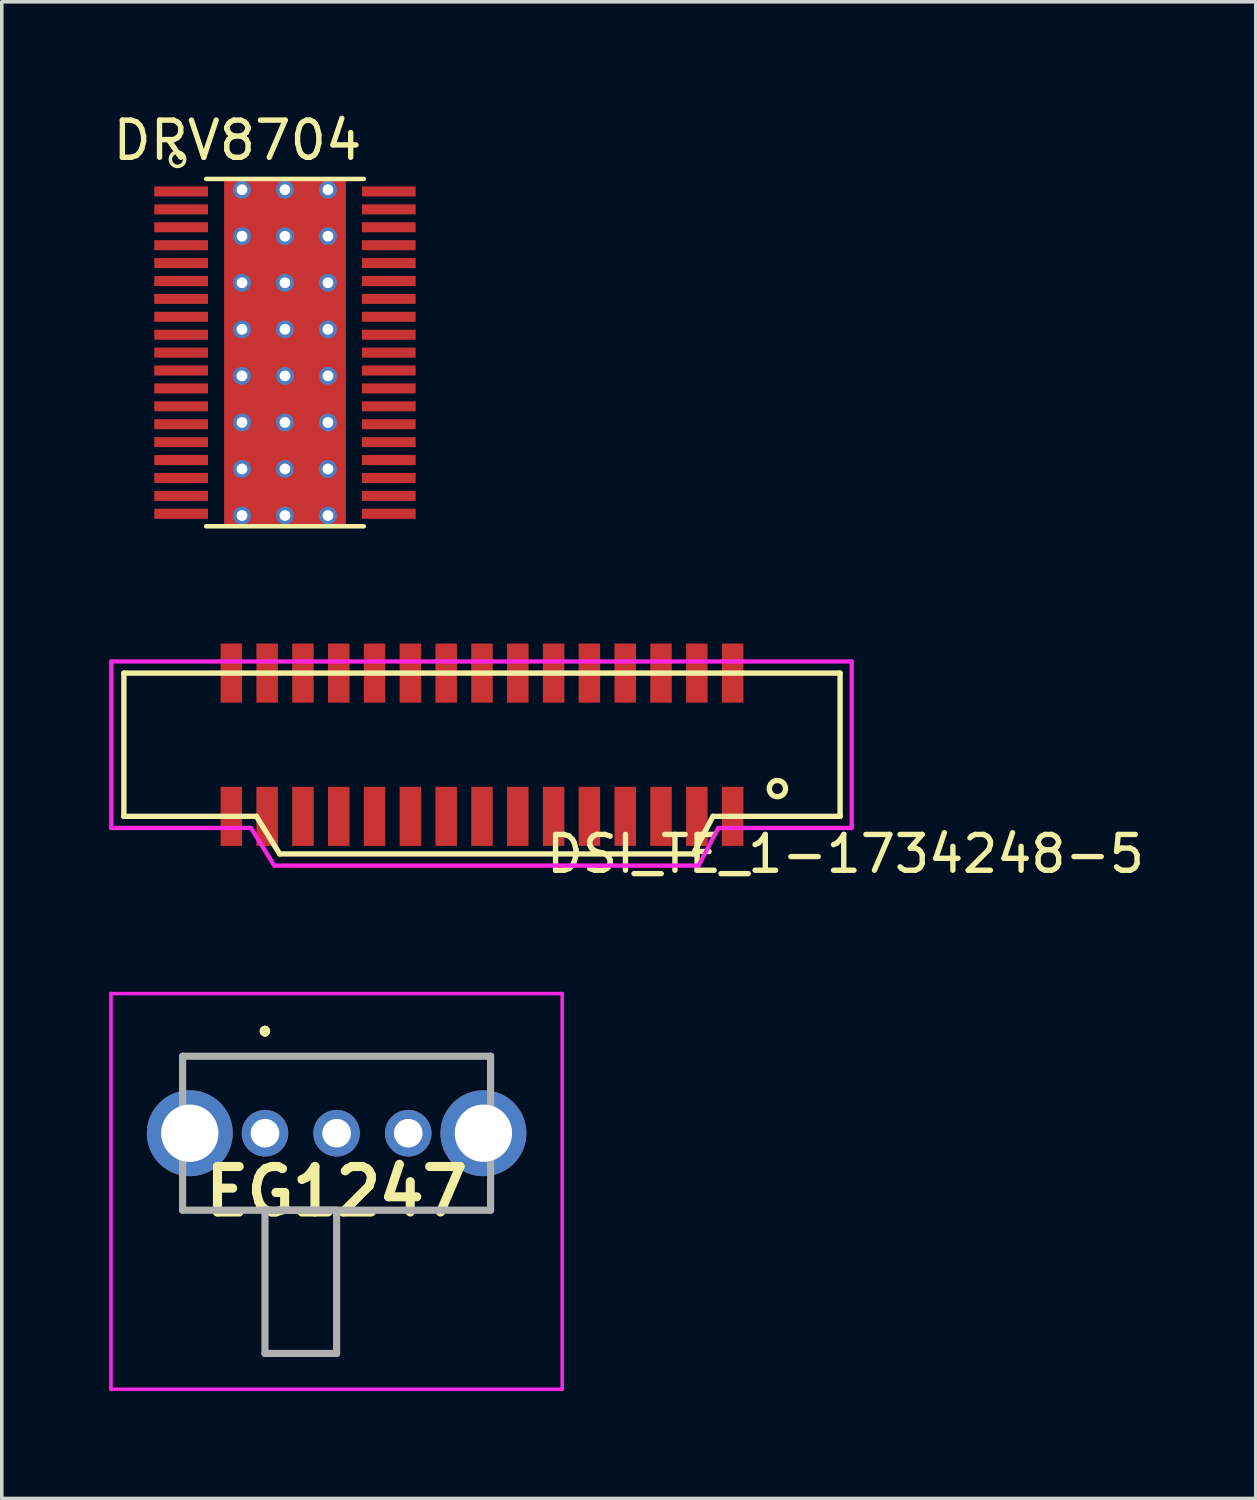
<source format=kicad_pcb>
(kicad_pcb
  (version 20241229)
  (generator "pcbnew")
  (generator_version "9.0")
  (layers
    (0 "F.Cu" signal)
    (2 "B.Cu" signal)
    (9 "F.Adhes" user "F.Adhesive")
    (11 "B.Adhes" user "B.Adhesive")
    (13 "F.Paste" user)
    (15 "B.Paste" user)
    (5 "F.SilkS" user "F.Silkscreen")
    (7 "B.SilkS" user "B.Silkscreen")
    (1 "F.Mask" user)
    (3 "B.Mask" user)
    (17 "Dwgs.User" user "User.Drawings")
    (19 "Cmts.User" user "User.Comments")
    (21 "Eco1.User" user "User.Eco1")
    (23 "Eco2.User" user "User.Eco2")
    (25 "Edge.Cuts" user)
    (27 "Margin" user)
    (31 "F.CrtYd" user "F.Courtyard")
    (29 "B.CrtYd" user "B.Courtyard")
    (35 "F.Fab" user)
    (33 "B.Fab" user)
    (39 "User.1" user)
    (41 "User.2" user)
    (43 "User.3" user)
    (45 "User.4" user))
  (footprint "DSI_TE_1-1734248-5"
    (layer "F.Cu")
    (at 10.41 15.747)
    (property "Reference" "DSI_TE_1-1734248-5" (at 10.15 5.05 0) (layer "F.SilkS") (effects (font (size 1 1) (thickness 0.15))))
    (attr through_hole)
    (fp_line (start -10 0) (end -10 4) (stroke (width 0.15) (type solid)) (layer "F.SilkS"))
    (fp_line (start -10 4) (end -6.3 4) (stroke (width 0.15) (type solid)) (layer "F.SilkS"))
    (fp_line (start -5.65 5.05) (end -6.3 4) (stroke (width 0.15) (type solid)) (layer "F.SilkS"))
    (fp_line (start 5.9 5.05) (end -5.65 5.05) (stroke (width 0.15) (type solid)) (layer "F.SilkS"))
    (fp_line (start 6.45 4) (end 5.9 5.05) (stroke (width 0.15) (type solid)) (layer "F.SilkS"))
    (fp_line (start 6.45 4) (end 10 4) (stroke (width 0.15) (type solid)) (layer "F.SilkS"))
    (fp_line (start 10 0) (end -10 0) (stroke (width 0.15) (type solid)) (layer "F.SilkS"))
    (fp_line (start 10 0) (end 10 4) (stroke (width 0.15) (type solid)) (layer "F.SilkS"))
    (fp_circle (center 8.25 3.225) (end 8.275 3.45) (stroke (width 0.15) (type solid)) (fill no) (layer "F.SilkS"))
    (fp_line (start -10.35 -0.325) (end -10.35 4.325) (stroke (width 0.12) (type solid)) (layer "F.CrtYd"))
    (fp_line (start -10.35 4.325) (end -6.45 4.325) (stroke (width 0.12) (type solid)) (layer "F.CrtYd"))
    (fp_line (start -6.45 4.325) (end -5.8 5.375) (stroke (width 0.12) (type solid)) (layer "F.CrtYd"))
    (fp_line (start -5.8 5.375) (end 6.05 5.375) (stroke (width 0.12) (type solid)) (layer "F.CrtYd"))
    (fp_line (start 6.05 5.375) (end 6.6 4.325) (stroke (width 0.12) (type solid)) (layer "F.CrtYd"))
    (fp_line (start 6.6 4.325) (end 10.325 4.325) (stroke (width 0.12) (type solid)) (layer "F.CrtYd"))
    (fp_line (start 10.325 -0.325) (end -10.35 -0.325) (stroke (width 0.12) (type solid)) (layer "F.CrtYd"))
    (fp_line (start 10.325 4.325) (end 10.325 -0.325) (stroke (width 0.12) (type solid)) (layer "F.CrtYd"))
    (pad "1" smd rect (at 7 0) (size 0.6 1.65) (layers "F.Cu" "F.Mask" "F.Paste"))
    (pad "1" smd rect (at 7 4) (size 0.6 1.65) (layers "F.Cu" "F.Mask" "F.Paste"))
    (pad "2" smd rect (at 6 0) (size 0.6 1.65) (layers "F.Cu" "F.Mask" "F.Paste"))
    (pad "2" smd rect (at 6 4) (size 0.6 1.65) (layers "F.Cu" "F.Mask" "F.Paste"))
    (pad "3" smd rect (at 5 0) (size 0.6 1.65) (layers "F.Cu" "F.Mask" "F.Paste"))
    (pad "3" smd rect (at 5 4) (size 0.6 1.65) (layers "F.Cu" "F.Mask" "F.Paste"))
    (pad "4" smd rect (at 4 0) (size 0.6 1.65) (layers "F.Cu" "F.Mask" "F.Paste"))
    (pad "4" smd rect (at 4 4) (size 0.6 1.65) (layers "F.Cu" "F.Mask" "F.Paste"))
    (pad "5" smd rect (at 3 0) (size 0.6 1.65) (layers "F.Cu" "F.Mask" "F.Paste"))
    (pad "5" smd rect (at 3 4) (size 0.6 1.65) (layers "F.Cu" "F.Mask" "F.Paste"))
    (pad "6" smd rect (at 2 0) (size 0.6 1.65) (layers "F.Cu" "F.Mask" "F.Paste"))
    (pad "6" smd rect (at 2 4) (size 0.6 1.65) (layers "F.Cu" "F.Mask" "F.Paste"))
    (pad "7" smd rect (at 1 0) (size 0.6 1.65) (layers "F.Cu" "F.Mask" "F.Paste"))
    (pad "7" smd rect (at 1 4) (size 0.6 1.65) (layers "F.Cu" "F.Mask" "F.Paste"))
    (pad "8" smd rect (at 0 0) (size 0.6 1.65) (layers "F.Cu" "F.Mask" "F.Paste"))
    (pad "8" smd rect (at 0 4) (size 0.6 1.65) (layers "F.Cu" "F.Mask" "F.Paste"))
    (pad "9" smd rect (at -1 0) (size 0.6 1.65) (layers "F.Cu" "F.Mask" "F.Paste"))
    (pad "9" smd rect (at -1 4) (size 0.6 1.65) (layers "F.Cu" "F.Mask" "F.Paste"))
    (pad "10" smd rect (at -2 0) (size 0.6 1.65) (layers "F.Cu" "F.Mask" "F.Paste"))
    (pad "10" smd rect (at -2 4) (size 0.6 1.65) (layers "F.Cu" "F.Mask" "F.Paste"))
    (pad "11" smd rect (at -3 0) (size 0.6 1.65) (layers "F.Cu" "F.Mask" "F.Paste"))
    (pad "11" smd rect (at -3 4) (size 0.6 1.65) (layers "F.Cu" "F.Mask" "F.Paste"))
    (pad "12" smd rect (at -4 0) (size 0.6 1.65) (layers "F.Cu" "F.Mask" "F.Paste"))
    (pad "12" smd rect (at -4 4) (size 0.6 1.65) (layers "F.Cu" "F.Mask" "F.Paste"))
    (pad "13" smd rect (at -5 0) (size 0.6 1.65) (layers "F.Cu" "F.Mask" "F.Paste"))
    (pad "13" smd rect (at -5 4) (size 0.6 1.65) (layers "F.Cu" "F.Mask" "F.Paste"))
    (pad "14" smd rect (at -6 0) (size 0.6 1.65) (layers "F.Cu" "F.Mask" "F.Paste"))
    (pad "14" smd rect (at -6 4) (size 0.6 1.65) (layers "F.Cu" "F.Mask" "F.Paste"))
    (pad "15" smd rect (at -7 0) (size 0.6 1.65) (layers "F.Cu" "F.Mask" "F.Paste"))
    (pad "15" smd rect (at -7 4) (size 0.6 1.65) (layers "F.Cu" "F.Mask" "F.Paste")))
  (footprint "DRV8704"
    (layer "F.Cu")
    (at 4.908 6.797)
    (property "Reference" "DRV8704" (at -1.328 -5.927 0) (layer "F.SilkS") (effects (font (size 1.038 1.038) (thickness 0.15))))
    (attr smd)
    (fp_poly (pts (xy -1.462 -2.29) (xy 1.4 -2.29) (xy 1.4 2.385) (xy -1.462 2.385)) (stroke (width 0) (type solid)) (fill yes) (layer "F.Mask"))
    (fp_line (start -2.2 -4.85) (end 2.2 -4.85) (stroke (width 0.127) (type solid)) (layer "F.SilkS"))
    (fp_line (start -2.2 4.85) (end 2.2 4.85) (stroke (width 0.127) (type solid)) (layer "F.SilkS"))
    (fp_circle (center -3 -5.4) (end -2.8 -5.4) (stroke (width 0.1) (type solid)) (fill no) (layer "F.SilkS"))
    (fp_poly (pts (xy -1.508 -2.24) (xy 1.45 -2.24) (xy 1.45 2.329) (xy -1.508 2.329)) (stroke (width 0) (type solid)) (fill yes) (layer "F.Paste"))
    (fp_line (start -3.905 -5.1) (end -3.905 5.1) (stroke (width 0.05) (type solid)) (layer "Eco1.User"))
    (fp_line (start -3.905 -5.1) (end 3.905 -5.1) (stroke (width 0.05) (type solid)) (layer "Eco1.User"))
    (fp_line (start -3.905 5.1) (end 3.905 5.1) (stroke (width 0.05) (type solid)) (layer "Eco1.User"))
    (fp_line (start 3.905 -5.1) (end 3.905 5.1) (stroke (width 0.05) (type solid)) (layer "Eco1.User"))
    (fp_line (start -2.2 -4.85) (end -2.2 4.85) (stroke (width 0.127) (type solid)) (layer "Eco2.User"))
    (fp_line (start -2.2 -4.85) (end 2.2 -4.85) (stroke (width 0.127) (type solid)) (layer "Eco2.User"))
    (fp_line (start -2.2 4.85) (end 2.2 4.85) (stroke (width 0.127) (type solid)) (layer "Eco2.User"))
    (fp_line (start 2.2 -4.85) (end 2.2 4.85) (stroke (width 0.127) (type solid)) (layer "Eco2.User"))
    (fp_circle (center -3 -5.4) (end -2.8 -5.4) (stroke (width 0.1) (type solid)) (fill no) (layer "Eco2.User"))
    (pad "1" smd rect (at -2.9 -4.5) (size 1.5 0.28) (layers "F.Cu" "F.Mask" "F.Paste"))
    (pad "2" smd rect (at -2.9 -4) (size 1.5 0.28) (layers "F.Cu" "F.Mask" "F.Paste"))
    (pad "3" smd rect (at -2.9 -3.5) (size 1.5 0.28) (layers "F.Cu" "F.Mask" "F.Paste"))
    (pad "4" smd rect (at -2.9 -3) (size 1.5 0.28) (layers "F.Cu" "F.Mask" "F.Paste"))
    (pad "5" smd rect (at -2.9 -2.5) (size 1.5 0.28) (layers "F.Cu" "F.Mask" "F.Paste"))
    (pad "6" smd rect (at -2.9 -2) (size 1.5 0.28) (layers "F.Cu" "F.Mask" "F.Paste"))
    (pad "7" smd rect (at -2.9 -1.5) (size 1.5 0.28) (layers "F.Cu" "F.Mask" "F.Paste"))
    (pad "8" smd rect (at -2.9 -1) (size 1.5 0.28) (layers "F.Cu" "F.Mask" "F.Paste"))
    (pad "9" smd rect (at -2.9 -0.5) (size 1.5 0.28) (layers "F.Cu" "F.Mask" "F.Paste"))
    (pad "10" smd rect (at -2.9 0) (size 1.5 0.28) (layers "F.Cu" "F.Mask" "F.Paste"))
    (pad "11" smd rect (at -2.9 0.5) (size 1.5 0.28) (layers "F.Cu" "F.Mask" "F.Paste"))
    (pad "12" smd rect (at -2.9 1) (size 1.5 0.28) (layers "F.Cu" "F.Mask" "F.Paste"))
    (pad "13" smd rect (at -2.9 1.5) (size 1.5 0.28) (layers "F.Cu" "F.Mask" "F.Paste"))
    (pad "14" smd rect (at -2.9 2) (size 1.5 0.28) (layers "F.Cu" "F.Mask" "F.Paste"))
    (pad "15" smd rect (at -2.9 2.5) (size 1.5 0.28) (layers "F.Cu" "F.Mask" "F.Paste"))
    (pad "16" smd rect (at -2.9 3) (size 1.5 0.28) (layers "F.Cu" "F.Mask" "F.Paste"))
    (pad "17" smd rect (at -2.9 3.5) (size 1.5 0.28) (layers "F.Cu" "F.Mask" "F.Paste"))
    (pad "18" smd rect (at -2.9 4) (size 1.5 0.28) (layers "F.Cu" "F.Mask" "F.Paste"))
    (pad "19" smd rect (at -2.9 4.5) (size 1.5 0.28) (layers "F.Cu" "F.Mask" "F.Paste"))
    (pad "20" smd rect (at 2.9 4.5) (size 1.5 0.28) (layers "F.Cu" "F.Mask" "F.Paste"))
    (pad "21" smd rect (at 2.9 4) (size 1.5 0.28) (layers "F.Cu" "F.Mask" "F.Paste"))
    (pad "22" smd rect (at 2.9 3.5) (size 1.5 0.28) (layers "F.Cu" "F.Mask" "F.Paste"))
    (pad "23" smd rect (at 2.9 3) (size 1.5 0.28) (layers "F.Cu" "F.Mask" "F.Paste"))
    (pad "24" smd rect (at 2.9 2.5) (size 1.5 0.28) (layers "F.Cu" "F.Mask" "F.Paste"))
    (pad "25" smd rect (at 2.9 2) (size 1.5 0.28) (layers "F.Cu" "F.Mask" "F.Paste"))
    (pad "26" smd rect (at 2.9 1.5) (size 1.5 0.28) (layers "F.Cu" "F.Mask" "F.Paste"))
    (pad "27" smd rect (at 2.9 1) (size 1.5 0.28) (layers "F.Cu" "F.Mask" "F.Paste"))
    (pad "28" smd rect (at 2.9 0.5) (size 1.5 0.28) (layers "F.Cu" "F.Mask" "F.Paste"))
    (pad "29" smd rect (at 2.9 0) (size 1.5 0.28) (layers "F.Cu" "F.Mask" "F.Paste"))
    (pad "30" smd rect (at 2.9 -0.5) (size 1.5 0.28) (layers "F.Cu" "F.Mask" "F.Paste"))
    (pad "31" smd rect (at 2.9 -1) (size 1.5 0.28) (layers "F.Cu" "F.Mask" "F.Paste"))
    (pad "32" smd rect (at 2.9 -1.5) (size 1.5 0.28) (layers "F.Cu" "F.Mask" "F.Paste"))
    (pad "33" smd rect (at 2.9 -2) (size 1.5 0.28) (layers "F.Cu" "F.Mask" "F.Paste"))
    (pad "34" smd rect (at 2.9 -2.5) (size 1.5 0.28) (layers "F.Cu" "F.Mask" "F.Paste"))
    (pad "35" smd rect (at 2.9 -3) (size 1.5 0.28) (layers "F.Cu" "F.Mask" "F.Paste"))
    (pad "36" smd rect (at 2.9 -3.5) (size 1.5 0.28) (layers "F.Cu" "F.Mask" "F.Paste"))
    (pad "37" smd rect (at 2.9 -4) (size 1.5 0.28) (layers "F.Cu" "F.Mask" "F.Paste"))
    (pad "38" smd rect (at 2.9 -4.5) (size 1.5 0.28) (layers "F.Cu" "F.Mask" "F.Paste"))
    (pad "39" thru_hole circle (at -1.2 -4.55) (size 0.5 0.5) (drill 0.3) (layers "*.Cu" "*.Mask"))
    (pad "39" thru_hole circle (at -1.2 -3.25) (size 0.5 0.5) (drill 0.3) (layers "*.Cu" "*.Mask"))
    (pad "39" thru_hole circle (at -1.2 -1.95) (size 0.5 0.5) (drill 0.3) (layers "*.Cu" "*.Mask"))
    (pad "39" thru_hole circle (at -1.2 -0.65) (size 0.5 0.5) (drill 0.3) (layers "*.Cu" "*.Mask"))
    (pad "39" thru_hole circle (at -1.2 0.65) (size 0.5 0.5) (drill 0.3) (layers "*.Cu" "*.Mask"))
    (pad "39" thru_hole circle (at -1.2 1.95) (size 0.5 0.5) (drill 0.3) (layers "*.Cu" "*.Mask"))
    (pad "39" thru_hole circle (at -1.2 3.25) (size 0.5 0.5) (drill 0.3) (layers "*.Cu" "*.Mask"))
    (pad "39" thru_hole circle (at -1.2 4.55) (size 0.5 0.5) (drill 0.3) (layers "*.Cu" "*.Mask"))
    (pad "39" thru_hole circle (at 0 -4.55) (size 0.5 0.5) (drill 0.3) (layers "*.Cu" "*.Mask"))
    (pad "39" thru_hole circle (at 0 -3.25) (size 0.5 0.5) (drill 0.3) (layers "*.Cu" "*.Mask"))
    (pad "39" thru_hole circle (at 0 -1.95) (size 0.5 0.5) (drill 0.3) (layers "*.Cu" "*.Mask"))
    (pad "39" thru_hole circle (at 0 -0.65) (size 0.5 0.5) (drill 0.3) (layers "*.Cu" "*.Mask"))
    (pad "39" smd rect (at 0 0) (size 3.4 9.7) (layers "F.Cu" "F.Mask" "F.Paste"))
    (pad "39" thru_hole circle (at 0 0.65) (size 0.5 0.5) (drill 0.3) (layers "*.Cu" "*.Mask"))
    (pad "39" thru_hole circle (at 0 1.95) (size 0.5 0.5) (drill 0.3) (layers "*.Cu" "*.Mask"))
    (pad "39" thru_hole circle (at 0 3.25) (size 0.5 0.5) (drill 0.3) (layers "*.Cu" "*.Mask"))
    (pad "39" thru_hole circle (at 0 4.55) (size 0.5 0.5) (drill 0.3) (layers "*.Cu" "*.Mask"))
    (pad "39" thru_hole circle (at 1.2 -4.55) (size 0.5 0.5) (drill 0.3) (layers "*.Cu" "*.Mask"))
    (pad "39" thru_hole circle (at 1.2 -3.25) (size 0.5 0.5) (drill 0.3) (layers "*.Cu" "*.Mask"))
    (pad "39" thru_hole circle (at 1.2 -1.95) (size 0.5 0.5) (drill 0.3) (layers "*.Cu" "*.Mask"))
    (pad "39" thru_hole circle (at 1.2 -0.65) (size 0.5 0.5) (drill 0.3) (layers "*.Cu" "*.Mask"))
    (pad "39" thru_hole circle (at 1.2 0.65) (size 0.5 0.5) (drill 0.3) (layers "*.Cu" "*.Mask"))
    (pad "39" thru_hole circle (at 1.2 1.95) (size 0.5 0.5) (drill 0.3) (layers "*.Cu" "*.Mask"))
    (pad "39" thru_hole circle (at 1.2 3.25) (size 0.5 0.5) (drill 0.3) (layers "*.Cu" "*.Mask"))
    (pad "39" thru_hole circle (at 1.2 4.55) (size 0.5 0.5) (drill 0.3) (layers "*.Cu" "*.Mask")))
  (footprint "EG1247"
    (layer "F.Cu")
    (at 4.35 28.596)
    (property "Reference" "EG1247" (at 2 1.625 0) (layer "F.SilkS") (effects (font (size 1.27 1.27) (thickness 0.254))))
    (attr through_hole)
    (fp_line (start -2.3 -2.15) (end -2.3 -2.15) (stroke (width 0.1) (type solid)) (layer "F.SilkS"))
    (fp_line (start -2.3 -2.15) (end -2.3 -2.15) (stroke (width 0.1) (type solid)) (layer "F.SilkS"))
    (fp_line (start -2.3 -2.15) (end -2.3 -1.75) (stroke (width 0.1) (type solid)) (layer "F.SilkS"))
    (fp_line (start -2.3 -2.15) (end 6.3 -2.15) (stroke (width 0.1) (type solid)) (layer "F.SilkS"))
    (fp_line (start -2.3 -1.75) (end -2.3 -2.15) (stroke (width 0.1) (type solid)) (layer "F.SilkS"))
    (fp_line (start -2.3 -1.75) (end -2.3 -1.75) (stroke (width 0.1) (type solid)) (layer "F.SilkS"))
    (fp_line (start -2.3 1.75) (end -2.3 1.75) (stroke (width 0.1) (type solid)) (layer "F.SilkS"))
    (fp_line (start -2.3 1.75) (end -2.3 2.15) (stroke (width 0.1) (type solid)) (layer "F.SilkS"))
    (fp_line (start -2.3 2.15) (end -2.3 1.75) (stroke (width 0.1) (type solid)) (layer "F.SilkS"))
    (fp_line (start -2.3 2.15) (end -2.3 2.15) (stroke (width 0.1) (type solid)) (layer "F.SilkS"))
    (fp_line (start -2.3 2.15) (end -2.3 2.15) (stroke (width 0.1) (type solid)) (layer "F.SilkS"))
    (fp_line (start -2.3 2.15) (end 0 2.15) (stroke (width 0.1) (type solid)) (layer "F.SilkS"))
    (fp_line (start 0 -2.9) (end 0 -2.9) (stroke (width 0.2) (type solid)) (layer "F.SilkS"))
    (fp_line (start 0 -2.9) (end 0 -2.9) (stroke (width 0.2) (type solid)) (layer "F.SilkS"))
    (fp_line (start 0 -2.8) (end 0 -2.8) (stroke (width 0.2) (type solid)) (layer "F.SilkS"))
    (fp_line (start 0 2.15) (end -2.3 2.15) (stroke (width 0.1) (type solid)) (layer "F.SilkS"))
    (fp_line (start 0 2.15) (end 0 2.15) (stroke (width 0.1) (type solid)) (layer "F.SilkS"))
    (fp_line (start 0 2.15) (end 2 2.15) (stroke (width 0.1) (type solid)) (layer "F.SilkS"))
    (fp_line (start 0 6.15) (end 0 2.15) (stroke (width 0.1) (type solid)) (layer "F.SilkS"))
    (fp_line (start 2 2.15) (end 2 2.15) (stroke (width 0.1) (type solid)) (layer "F.SilkS"))
    (fp_line (start 2 2.15) (end 2 6.15) (stroke (width 0.1) (type solid)) (layer "F.SilkS"))
    (fp_line (start 2 2.15) (end 6.3 2.15) (stroke (width 0.1) (type solid)) (layer "F.SilkS"))
    (fp_line (start 2 6.15) (end 0 6.15) (stroke (width 0.1) (type solid)) (layer "F.SilkS"))
    (fp_line (start 6.3 -2.15) (end -2.3 -2.15) (stroke (width 0.1) (type solid)) (layer "F.SilkS"))
    (fp_line (start 6.3 -2.15) (end 6.3 -2.15) (stroke (width 0.1) (type solid)) (layer "F.SilkS"))
    (fp_line (start 6.3 -2.15) (end 6.3 -2.15) (stroke (width 0.1) (type solid)) (layer "F.SilkS"))
    (fp_line (start 6.3 -2.15) (end 6.3 -1.75) (stroke (width 0.1) (type solid)) (layer "F.SilkS"))
    (fp_line (start 6.3 -1.75) (end 6.3 -2.15) (stroke (width 0.1) (type solid)) (layer "F.SilkS"))
    (fp_line (start 6.3 -1.75) (end 6.3 -1.75) (stroke (width 0.1) (type solid)) (layer "F.SilkS"))
    (fp_line (start 6.3 1.75) (end 6.3 1.75) (stroke (width 0.1) (type solid)) (layer "F.SilkS"))
    (fp_line (start 6.3 1.75) (end 6.3 2.15) (stroke (width 0.1) (type solid)) (layer "F.SilkS"))
    (fp_line (start 6.3 2.15) (end 2 2.15) (stroke (width 0.1) (type solid)) (layer "F.SilkS"))
    (fp_line (start 6.3 2.15) (end 6.3 1.75) (stroke (width 0.1) (type solid)) (layer "F.SilkS"))
    (fp_line (start 6.3 2.15) (end 6.3 2.15) (stroke (width 0.1) (type solid)) (layer "F.SilkS"))
    (fp_line (start 6.3 2.15) (end 6.3 2.15) (stroke (width 0.1) (type solid)) (layer "F.SilkS"))
    (fp_arc (start 0 -2.9) (mid 0.05 -2.85) (end 0 -2.8) (stroke (width 0.2) (type solid)) (layer "F.SilkS"))
    (fp_arc (start 0 -2.8) (mid -0.05 -2.85) (end 0 -2.9) (stroke (width 0.2) (type solid)) (layer "F.SilkS"))
    (fp_arc (start 0 -2.8) (mid -0.05 -2.85) (end 0 -2.9) (stroke (width 0.2) (type solid)) (layer "F.SilkS"))
    (fp_line (start -4.3 -3.9) (end 8.3 -3.9) (stroke (width 0.1) (type solid)) (layer "F.CrtYd"))
    (fp_line (start -4.3 7.15) (end -4.3 -3.9) (stroke (width 0.1) (type solid)) (layer "F.CrtYd"))
    (fp_line (start 8.3 -3.9) (end 8.3 7.15) (stroke (width 0.1) (type solid)) (layer "F.CrtYd"))
    (fp_line (start 8.3 7.15) (end -4.3 7.15) (stroke (width 0.1) (type solid)) (layer "F.CrtYd"))
    (fp_line (start -2.3 -2.15) (end -2.3 2.15) (stroke (width 0.2) (type solid)) (layer "F.Fab"))
    (fp_line (start -2.3 2.15) (end 6.3 2.15) (stroke (width 0.2) (type solid)) (layer "F.Fab"))
    (fp_line (start 0 2.15) (end 2 2.15) (stroke (width 0.2) (type solid)) (layer "F.Fab"))
    (fp_line (start 0 6.15) (end 0 2.15) (stroke (width 0.2) (type solid)) (layer "F.Fab"))
    (fp_line (start 2 2.15) (end 2 6.15) (stroke (width 0.2) (type solid)) (layer "F.Fab"))
    (fp_line (start 2 6.15) (end 0 6.15) (stroke (width 0.2) (type solid)) (layer "F.Fab"))
    (fp_line (start 6.3 -2.15) (end -2.3 -2.15) (stroke (width 0.2) (type solid)) (layer "F.Fab"))
    (fp_line (start 6.3 2.15) (end 6.3 -2.15) (stroke (width 0.2) (type solid)) (layer "F.Fab"))
    (pad "1" thru_hole circle (at 0 0) (size 1.3 1.3) (drill 0.8) (layers "*.Cu" "*.Mask"))
    (pad "2" thru_hole circle (at 2 0) (size 1.3 1.3) (drill 0.8) (layers "*.Cu" "*.Mask"))
    (pad "3" thru_hole circle (at 4 0) (size 1.3 1.3) (drill 0.8) (layers "*.Cu" "*.Mask"))
    (pad "MH1" thru_hole circle (at -2.1 0) (size 2.4 2.4) (drill 1.6) (layers "*.Cu" "*.Mask"))
    (pad "MH2" thru_hole circle (at 6.1 0) (size 2.4 2.4) (drill 1.6) (layers "*.Cu" "*.Mask")))
  (gr_rect
    (start -3 -3)
    (end 32.018 38.796)
    (stroke (width 0.1) (type default))
    (fill no)
    (layer "Edge.Cuts")))
</source>
